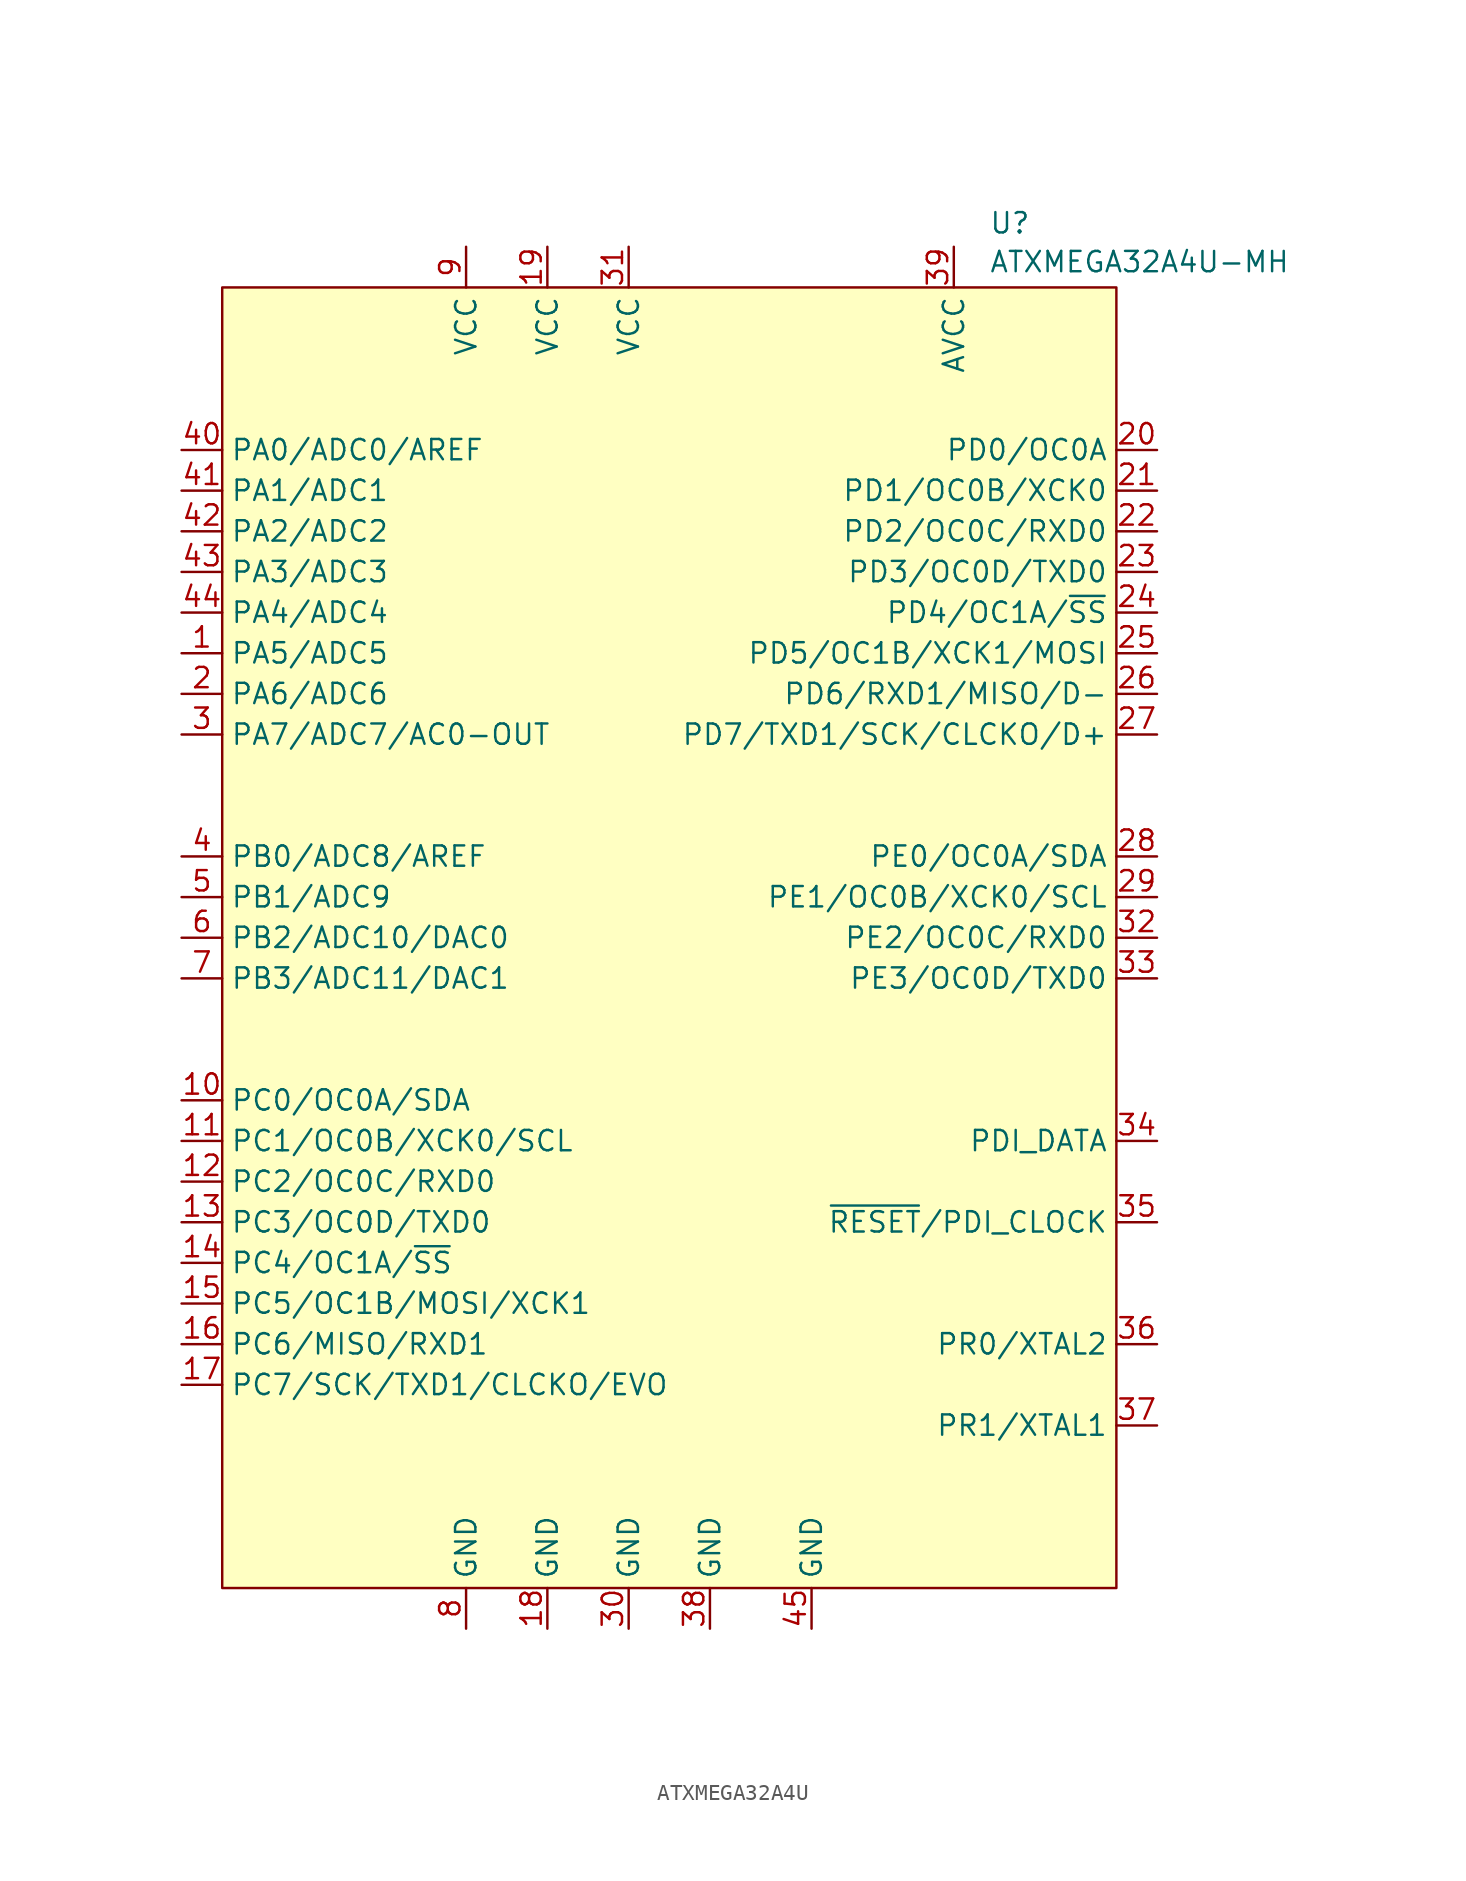
<source format=kicad_sym>
(kicad_symbol_lib
  (version 20241209)
  (generator "kicad_symbol_editor")
  (generator_version "9.0")
  (symbol "ATXMEGA32A4U"
    (property "Reference" "U"
      (at 25.054 52.278 0)
      (effects (font (size 1.27 1.27)) (justify left)))
    (property "Value" "ATXMEGA32A4U-MH"
      (at 25.054 49.853 0)
      (effects (font (size 1.27 1.27)) (justify left)))
    (symbol "ATXMEGA32A4U_1_0"
      (rectangle (start -22.86 48.26) (end 33.02 -33.02) (stroke (width 0) (type solid)) (fill (type background)))
      (pin passive line (at -25.4 38.1 0) (length 2.54) (name "PA0/ADC0/AREF" (effects (font (size 1.27 1.27)))) (number "40" (effects (font (size 1.27 1.27)))))
      (pin passive line (at -25.4 35.56 0) (length 2.54) (name "PA1/ADC1" (effects (font (size 1.27 1.27)))) (number "41" (effects (font (size 1.27 1.27)))))
      (pin passive line (at -25.4 33.02 0) (length 2.54) (name "PA2/ADC2" (effects (font (size 1.27 1.27)))) (number "42" (effects (font (size 1.27 1.27)))))
      (pin passive line (at -25.4 30.48 0) (length 2.54) (name "PA3/ADC3" (effects (font (size 1.27 1.27)))) (number "43" (effects (font (size 1.27 1.27)))))
      (pin passive line (at -25.4 27.94 0) (length 2.54) (name "PA4/ADC4" (effects (font (size 1.27 1.27)))) (number "44" (effects (font (size 1.27 1.27)))))
      (pin passive line (at -25.4 25.4 0) (length 2.54) (name "PA5/ADC5" (effects (font (size 1.27 1.27)))) (number "1" (effects (font (size 1.27 1.27)))))
      (pin passive line (at -25.4 22.86 0) (length 2.54) (name "PA6/ADC6" (effects (font (size 1.27 1.27)))) (number "2" (effects (font (size 1.27 1.27)))))
      (pin passive line (at -25.4 20.32 0) (length 2.54) (name "PA7/ADC7/AC0-OUT" (effects (font (size 1.27 1.27)))) (number "3" (effects (font (size 1.27 1.27)))))
      (pin passive line (at -25.4 12.7 0) (length 2.54) (name "PB0/ADC8/AREF" (effects (font (size 1.27 1.27)))) (number "4" (effects (font (size 1.27 1.27)))))
      (pin passive line (at -25.4 10.16 0) (length 2.54) (name "PB1/ADC9" (effects (font (size 1.27 1.27)))) (number "5" (effects (font (size 1.27 1.27)))))
      (pin passive line (at -25.4 7.62 0) (length 2.54) (name "PB2/ADC10/DAC0" (effects (font (size 1.27 1.27)))) (number "6" (effects (font (size 1.27 1.27)))))
      (pin passive line (at -25.4 5.08 0) (length 2.54) (name "PB3/ADC11/DAC1" (effects (font (size 1.27 1.27)))) (number "7" (effects (font (size 1.27 1.27)))))
      (pin passive line (at -25.4 -2.54 0) (length 2.54) (name "PC0/OC0A/SDA" (effects (font (size 1.27 1.27)))) (number "10" (effects (font (size 1.27 1.27)))))
      (pin passive line (at -25.4 -5.08 0) (length 2.54) (name "PC1/OC0B/XCK0/SCL" (effects (font (size 1.27 1.27)))) (number "11" (effects (font (size 1.27 1.27)))))
      (pin passive line (at -25.4 -7.62 0) (length 2.54) (name "PC2/OC0C/RXD0" (effects (font (size 1.27 1.27)))) (number "12" (effects (font (size 1.27 1.27)))))
      (pin passive line (at -25.4 -10.16 0) (length 2.54) (name "PC3/OC0D/TXD0" (effects (font (size 1.27 1.27)))) (number "13" (effects (font (size 1.27 1.27)))))
      (pin passive line (at -25.4 -12.7 0) (length 2.54) (name "PC4/OC1A/~{SS}" (effects (font (size 1.27 1.27)))) (number "14" (effects (font (size 1.27 1.27)))))
      (pin passive line (at -25.4 -15.24 0) (length 2.54) (name "PC5/OC1B/MOSI/XCK1" (effects (font (size 1.27 1.27)))) (number "15" (effects (font (size 1.27 1.27)))))
      (pin passive line (at -25.4 -17.78 0) (length 2.54) (name "PC6/MISO/RXD1" (effects (font (size 1.27 1.27)))) (number "16" (effects (font (size 1.27 1.27)))))
      (pin passive line (at -25.4 -20.32 0) (length 2.54) (name "PC7/SCK/TXD1/CLCKO/EVO" (effects (font (size 1.27 1.27)))) (number "17" (effects (font (size 1.27 1.27)))))
      (pin passive line (at -7.62 50.8 270) (length 2.54) (name "VCC" (effects (font (size 1.27 1.27)))) (number "9" (effects (font (size 1.27 1.27)))))
      (pin passive line (at -7.62 -35.56 90) (length 2.54) (name "GND" (effects (font (size 1.27 1.27)))) (number "8" (effects (font (size 1.27 1.27)))))
      (pin passive line (at -2.54 50.8 270) (length 2.54) (name "VCC" (effects (font (size 1.27 1.27)))) (number "19" (effects (font (size 1.27 1.27)))))
      (pin passive line (at -2.54 -35.56 90) (length 2.54) (name "GND" (effects (font (size 1.27 1.27)))) (number "18" (effects (font (size 1.27 1.27)))))
      (pin passive line (at 2.54 50.8 270) (length 2.54) (name "VCC" (effects (font (size 1.27 1.27)))) (number "31" (effects (font (size 1.27 1.27)))))
      (pin passive line (at 2.54 -35.56 90) (length 2.54) (name "GND" (effects (font (size 1.27 1.27)))) (number "30" (effects (font (size 1.27 1.27)))))
      (pin passive line (at 7.62 -35.56 90) (length 2.54) (name "GND" (effects (font (size 1.27 1.27)))) (number "38" (effects (font (size 1.27 1.27)))))
      (pin passive line (at 13.97 -35.56 90) (length 2.54) (name "GND" (effects (font (size 1.27 1.27)))) (number "45" (effects (font (size 1.27 1.27)))))
      (pin passive line (at 22.86 50.8 270) (length 2.54) (name "AVCC" (effects (font (size 1.27 1.27)))) (number "39" (effects (font (size 1.27 1.27)))))
      (pin passive line (at 35.56 38.1 180) (length 2.54) (name "PD0/OC0A" (effects (font (size 1.27 1.27)))) (number "20" (effects (font (size 1.27 1.27)))))
      (pin passive line (at 35.56 35.56 180) (length 2.54) (name "PD1/OC0B/XCK0" (effects (font (size 1.27 1.27)))) (number "21" (effects (font (size 1.27 1.27)))))
      (pin passive line (at 35.56 33.02 180) (length 2.54) (name "PD2/OC0C/RXD0" (effects (font (size 1.27 1.27)))) (number "22" (effects (font (size 1.27 1.27)))))
      (pin passive line (at 35.56 30.48 180) (length 2.54) (name "PD3/OC0D/TXD0" (effects (font (size 1.27 1.27)))) (number "23" (effects (font (size 1.27 1.27)))))
      (pin passive line (at 35.56 27.94 180) (length 2.54) (name "PD4/OC1A/~{SS}" (effects (font (size 1.27 1.27)))) (number "24" (effects (font (size 1.27 1.27)))))
      (pin passive line (at 35.56 25.4 180) (length 2.54) (name "PD5/OC1B/XCK1/MOSI" (effects (font (size 1.27 1.27)))) (number "25" (effects (font (size 1.27 1.27)))))
      (pin passive line (at 35.56 22.86 180) (length 2.54) (name "PD6/RXD1/MISO/D-" (effects (font (size 1.27 1.27)))) (number "26" (effects (font (size 1.27 1.27)))))
      (pin passive line (at 35.56 20.32 180) (length 2.54) (name "PD7/TXD1/SCK/CLCKO/D+" (effects (font (size 1.27 1.27)))) (number "27" (effects (font (size 1.27 1.27)))))
      (pin passive line (at 35.56 12.7 180) (length 2.54) (name "PE0/OC0A/SDA" (effects (font (size 1.27 1.27)))) (number "28" (effects (font (size 1.27 1.27)))))
      (pin passive line (at 35.56 10.16 180) (length 2.54) (name "PE1/OC0B/XCK0/SCL" (effects (font (size 1.27 1.27)))) (number "29" (effects (font (size 1.27 1.27)))))
      (pin passive line (at 35.56 7.62 180) (length 2.54) (name "PE2/OC0C/RXD0" (effects (font (size 1.27 1.27)))) (number "32" (effects (font (size 1.27 1.27)))))
      (pin passive line (at 35.56 5.08 180) (length 2.54) (name "PE3/OC0D/TXD0" (effects (font (size 1.27 1.27)))) (number "33" (effects (font (size 1.27 1.27)))))
      (pin passive line (at 35.56 -5.08 180) (length 2.54) (name "PDI_DATA" (effects (font (size 1.27 1.27)))) (number "34" (effects (font (size 1.27 1.27)))))
      (pin passive line (at 35.56 -10.16 180) (length 2.54) (name "~{RESET}/PDI_CLOCK" (effects (font (size 1.27 1.27)))) (number "35" (effects (font (size 1.27 1.27)))))
      (pin passive line (at 35.56 -17.78 180) (length 2.54) (name "PR0/XTAL2" (effects (font (size 1.27 1.27)))) (number "36" (effects (font (size 1.27 1.27)))))
      (pin passive line (at 35.56 -22.86 180) (length 2.54) (name "PR1/XTAL1" (effects (font (size 1.27 1.27)))) (number "37" (effects (font (size 1.27 1.27))))))))
</source>
